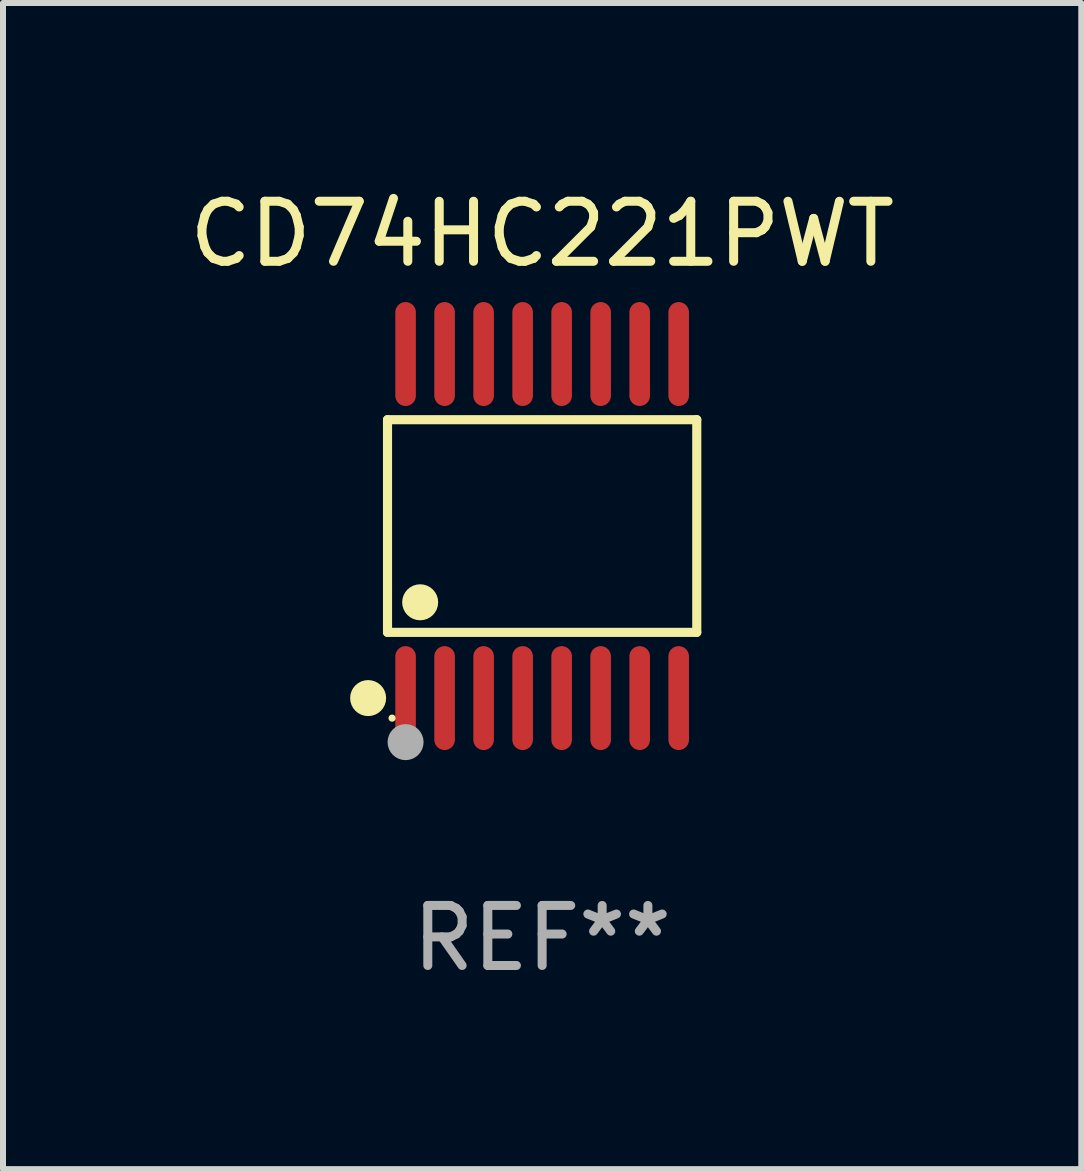
<source format=kicad_pcb>
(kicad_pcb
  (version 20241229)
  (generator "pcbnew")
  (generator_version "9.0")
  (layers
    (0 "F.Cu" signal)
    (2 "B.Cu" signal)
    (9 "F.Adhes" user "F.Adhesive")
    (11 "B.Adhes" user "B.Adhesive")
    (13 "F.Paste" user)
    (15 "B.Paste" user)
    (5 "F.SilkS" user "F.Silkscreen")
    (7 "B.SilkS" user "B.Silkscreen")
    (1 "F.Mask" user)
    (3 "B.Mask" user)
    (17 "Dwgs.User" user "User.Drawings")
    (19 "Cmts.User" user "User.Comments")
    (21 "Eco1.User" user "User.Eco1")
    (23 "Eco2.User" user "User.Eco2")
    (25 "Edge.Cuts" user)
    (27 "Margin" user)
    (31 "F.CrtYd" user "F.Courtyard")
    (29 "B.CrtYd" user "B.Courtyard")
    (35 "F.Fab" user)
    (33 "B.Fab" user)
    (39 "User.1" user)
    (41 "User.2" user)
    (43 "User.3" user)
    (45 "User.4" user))
  (footprint "CD74HC221PWT"
    (layer "F.Cu")
    (at 5.982 5.714)
    (property "Reference" "CD74HC221PWT" (at 0 -4.866 0) (layer "F.SilkS") (effects (font (size 1 1) (thickness 0.15))))
    (attr through_hole)
    (fp_line (start -2.576 -1.772) (end 2.576 -1.772) (stroke (width 0.152) (type solid)) (layer "F.SilkS"))
    (fp_line (start -2.576 1.771) (end -2.576 -1.772) (stroke (width 0.152) (type solid)) (layer "F.SilkS"))
    (fp_line (start 2.576 -1.772) (end 2.576 1.771) (stroke (width 0.152) (type solid)) (layer "F.SilkS"))
    (fp_line (start 2.576 1.771) (end -2.576 1.771) (stroke (width 0.152) (type solid)) (layer "F.SilkS"))
    (fp_circle (center -2.899 2.866) (end -2.749 2.866) (stroke (width 0.3) (type solid)) (fill no) (layer "F.SilkS"))
    (fp_circle (center -2.5 3.2) (end -2.47 3.2) (stroke (width 0.06) (type solid)) (fill no) (layer "F.SilkS"))
    (fp_circle (center -2.032 1.27) (end -1.882 1.27) (stroke (width 0.3) (type solid)) (fill no) (layer "F.SilkS"))
    (fp_circle (center -2.275 3.6) (end -2.125 3.6) (stroke (width 0.3) (type solid)) (fill no) (layer "F.Fab"))
    (fp_text user "REF**" (at 0 6.866 0) (layer "F.Fab") (effects (font (size 1 1) (thickness 0.15))))
    (pad "1" smd oval (at -2.275 2.866) (size 0.343 1.731) (layers "F.Cu" "F.Mask" "F.Paste"))
    (pad "2" smd oval (at -1.625 2.866) (size 0.343 1.731) (layers "F.Cu" "F.Mask" "F.Paste"))
    (pad "3" smd oval (at -0.975 2.866) (size 0.343 1.731) (layers "F.Cu" "F.Mask" "F.Paste"))
    (pad "4" smd oval (at -0.325 2.866) (size 0.343 1.731) (layers "F.Cu" "F.Mask" "F.Paste"))
    (pad "5" smd oval (at 0.325 2.866) (size 0.343 1.731) (layers "F.Cu" "F.Mask" "F.Paste"))
    (pad "6" smd oval (at 0.975 2.866) (size 0.343 1.731) (layers "F.Cu" "F.Mask" "F.Paste"))
    (pad "7" smd oval (at 1.625 2.866) (size 0.343 1.731) (layers "F.Cu" "F.Mask" "F.Paste"))
    (pad "8" smd oval (at 2.275 2.866) (size 0.343 1.731) (layers "F.Cu" "F.Mask" "F.Paste"))
    (pad "9" smd oval (at 2.275 -2.866) (size 0.343 1.731) (layers "F.Cu" "F.Mask" "F.Paste"))
    (pad "10" smd oval (at 1.625 -2.866) (size 0.343 1.731) (layers "F.Cu" "F.Mask" "F.Paste"))
    (pad "11" smd oval (at 0.975 -2.866) (size 0.343 1.731) (layers "F.Cu" "F.Mask" "F.Paste"))
    (pad "12" smd oval (at 0.325 -2.866) (size 0.343 1.731) (layers "F.Cu" "F.Mask" "F.Paste"))
    (pad "13" smd oval (at -0.325 -2.866) (size 0.343 1.731) (layers "F.Cu" "F.Mask" "F.Paste"))
    (pad "14" smd oval (at -0.975 -2.866) (size 0.343 1.731) (layers "F.Cu" "F.Mask" "F.Paste"))
    (pad "15" smd oval (at -1.625 -2.866) (size 0.343 1.731) (layers "F.Cu" "F.Mask" "F.Paste"))
    (pad "16" smd oval (at -2.275 -2.866) (size 0.343 1.731) (layers "F.Cu" "F.Mask" "F.Paste")))
  (gr_rect
    (start -3 -3)
    (end 14.964 16.428)
    (stroke (width 0.1) (type default))
    (fill no)
    (layer "Edge.Cuts")))
</source>
